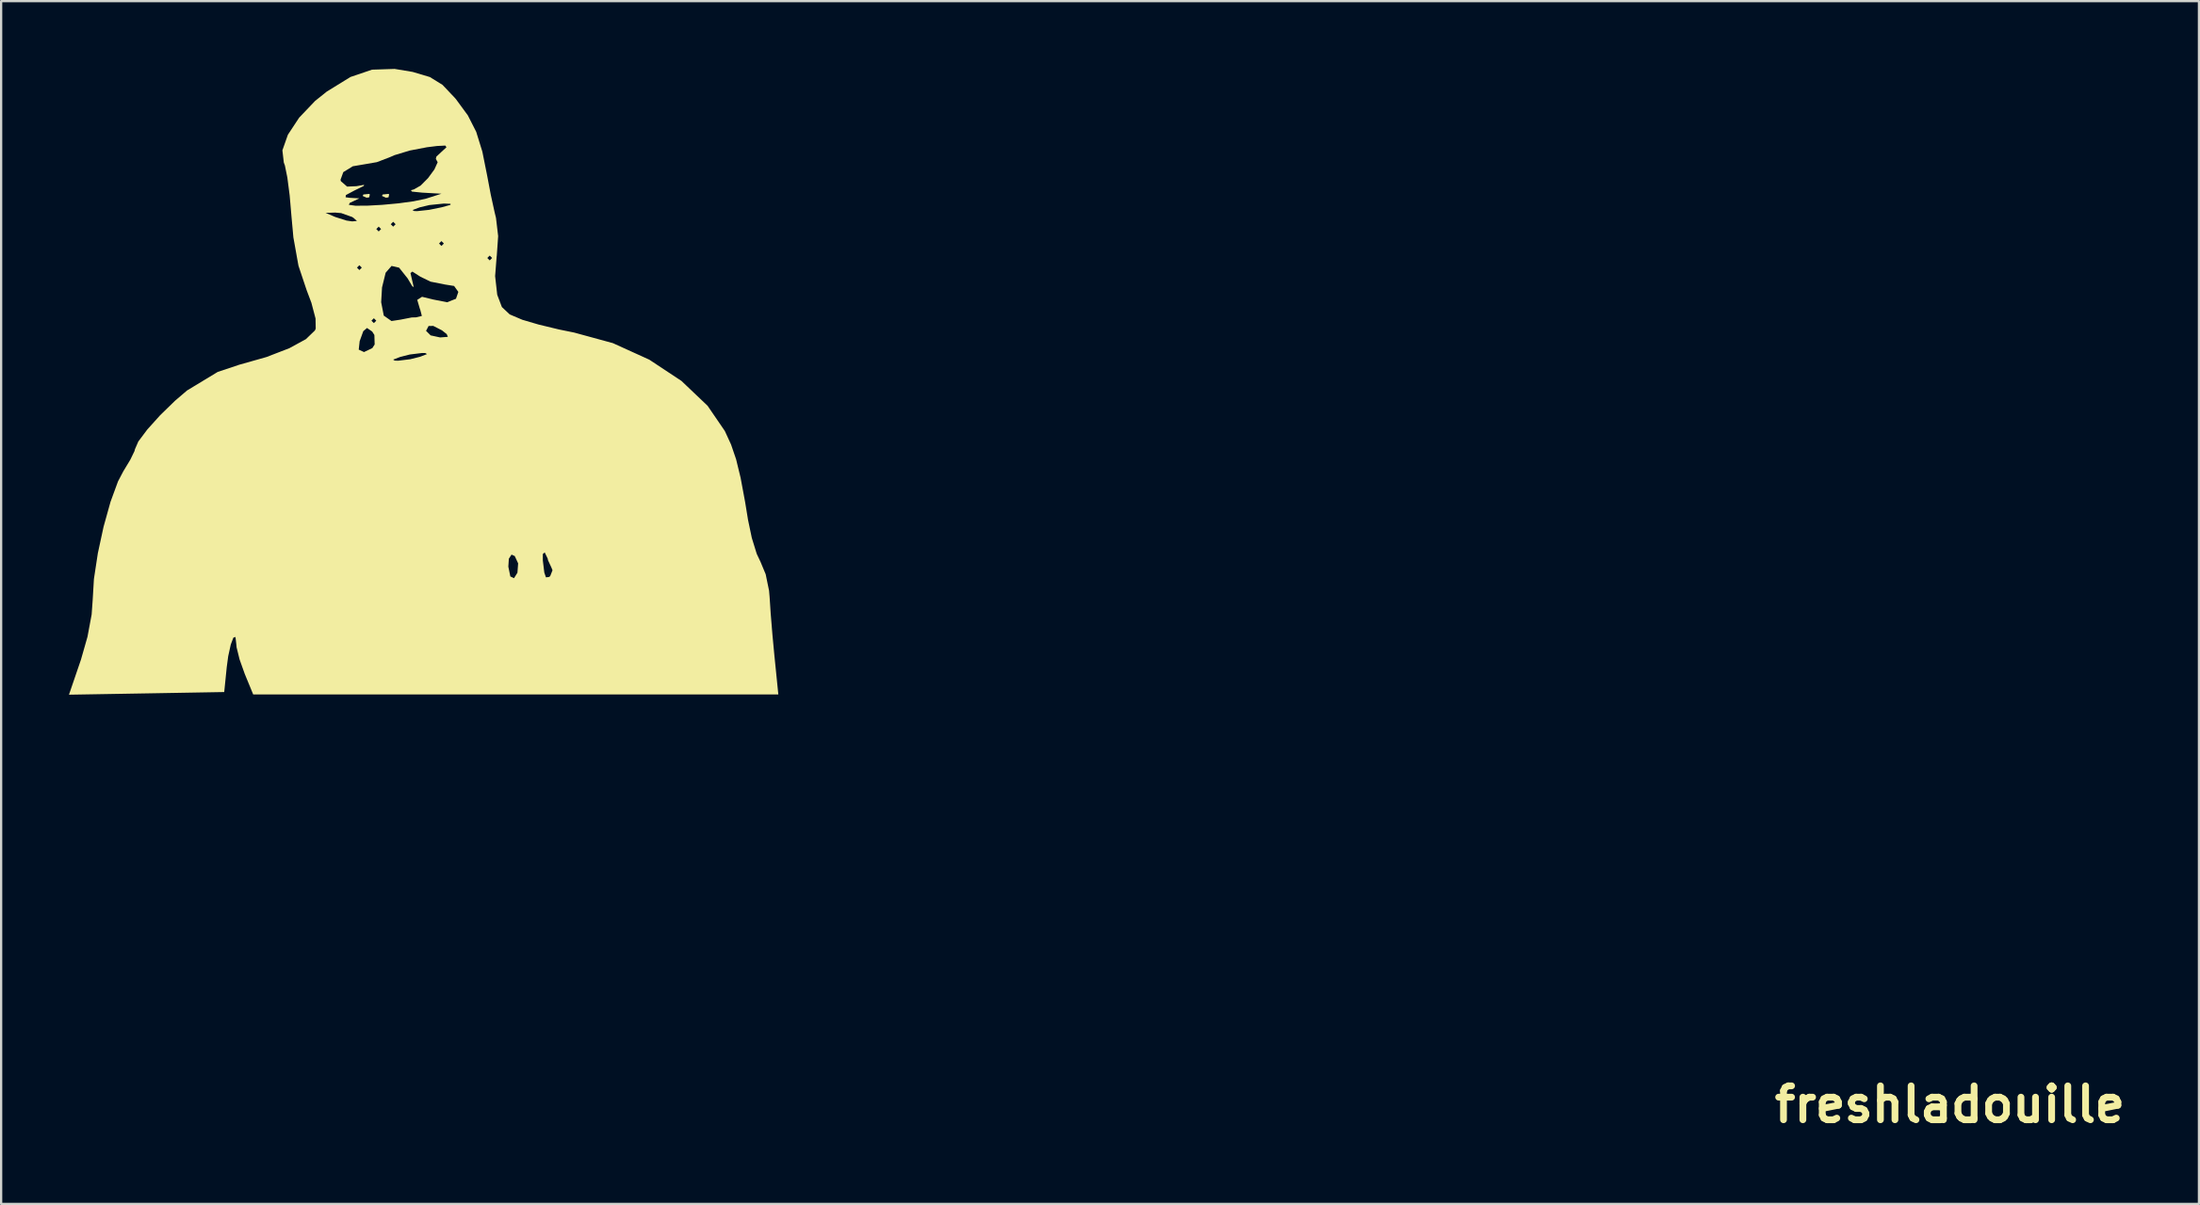
<source format=kicad_pcb>
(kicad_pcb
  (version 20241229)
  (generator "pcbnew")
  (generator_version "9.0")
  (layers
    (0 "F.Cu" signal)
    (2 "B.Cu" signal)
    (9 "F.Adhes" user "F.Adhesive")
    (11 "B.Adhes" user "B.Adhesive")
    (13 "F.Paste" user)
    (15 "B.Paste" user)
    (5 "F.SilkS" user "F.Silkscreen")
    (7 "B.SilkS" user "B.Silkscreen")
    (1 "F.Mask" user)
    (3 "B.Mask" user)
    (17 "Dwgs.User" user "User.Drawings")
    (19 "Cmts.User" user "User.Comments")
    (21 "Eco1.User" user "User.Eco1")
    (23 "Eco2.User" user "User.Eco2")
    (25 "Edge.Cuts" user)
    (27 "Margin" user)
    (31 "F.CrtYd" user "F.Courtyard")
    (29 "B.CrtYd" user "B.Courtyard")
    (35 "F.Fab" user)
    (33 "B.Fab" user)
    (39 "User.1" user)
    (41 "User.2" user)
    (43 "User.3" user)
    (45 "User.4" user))
  (footprint "freshladouille"
    (layer "F.Cu")
    (at 83.172 45.827)
    (property "Reference" "freshladouille" (at 0 0 0) (layer "F.SilkS") (effects (font (size 1.5 1.5) (thickness 0.3))))
    (attr board_only exclude_from_pos_files exclude_from_bom)
    (fp_poly (pts (xy -69.868 -40.27) (xy -69.897 -40.143) (xy -70.01 -40.128) (xy -70.186 -40.206) (xy -70.152 -40.27) (xy -69.899 -40.296)) (stroke (width 0) (type solid)) (fill yes) (layer "F.SilkS"))
    (fp_poly (pts (xy -69.014 -40.27) (xy -69.043 -40.143) (xy -69.156 -40.128) (xy -69.332 -40.206) (xy -69.299 -40.27) (xy -69.045 -40.296)) (stroke (width 0) (type solid)) (fill yes) (layer "F.SilkS"))
    (fp_poly (pts (xy -67.974 -45.694) (xy -67.215 -45.468) (xy -66.655 -45.122) (xy -66.096 -44.531) (xy -66.062 -44.491) (xy -65.535 -43.772) (xy -65.165 -43.045) (xy -64.893 -42.167) (xy -64.677 -41.088) (xy -64.522 -40.269) (xy -64.349 -39.477) (xy -64.29 -39.236) (xy -64.194 -38.427) (xy -64.255 -37.556) (xy -64.26 -37.528) (xy -64.328 -36.658) (xy -64.236 -35.841) (xy -64.231 -35.822) (xy -64.029 -35.289) (xy -63.684 -34.963) (xy -63.123 -34.725) (xy -62.409 -34.515) (xy -61.504 -34.296) (xy -60.832 -34.159) (xy -59.119 -33.691) (xy -57.511 -32.96) (xy -56.089 -32.019) (xy -54.934 -30.92) (xy -54.17 -29.802) (xy -53.896 -29.206) (xy -53.672 -28.551) (xy -53.474 -27.736) (xy -53.273 -26.657) (xy -53.145 -25.872) (xy -52.977 -25.069) (xy -52.76 -24.367) (xy -52.588 -24.002) (xy -52.364 -23.463) (xy -52.215 -22.737) (xy -52.191 -22.463) (xy -52.143 -21.731) (xy -52.065 -20.779) (xy -51.974 -19.811) (xy -51.972 -19.797) (xy -51.805 -18.143) (xy -63.415 -18.144) (xy -75.026 -18.144) (xy -75.4 -19.053) (xy -75.629 -19.696) (xy -75.761 -20.233) (xy -75.773 -20.368) (xy -75.81 -20.688) (xy -75.902 -20.658) (xy -76.018 -20.351) (xy -76.131 -19.834) (xy -76.195 -19.357) (xy -76.307 -18.25) (xy -79.739 -18.191) (xy -83.172 -18.133) (xy -82.642 -19.685) (xy -82.353 -20.697) (xy -82.17 -21.681) (xy -82.125 -22.305) (xy -82.069 -23.252) (xy -81.986 -23.799) (xy -63.744 -23.799) (xy -63.655 -23.366) (xy -63.493 -23.289) (xy -63.341 -23.532) (xy -63.311 -23.945) (xy -63.46 -24.268) (xy -63.602 -24.333) (xy -63.721 -24.151) (xy -63.744 -23.799) (xy -81.986 -23.799) (xy -81.901 -24.357) (xy -62.219 -24.357) (xy -62.218 -24.073) (xy -62.153 -23.537) (xy -62.081 -23.327) (xy -61.955 -23.34) (xy -61.896 -23.374) (xy -61.791 -23.639) (xy -61.839 -23.761) (xy -61.99 -24.084) (xy -62.003 -24.155) (xy -62.133 -24.424) (xy -62.137 -24.428) (xy -62.219 -24.357) (xy -81.901 -24.357) (xy -81.898 -24.381) (xy -81.643 -25.563) (xy -81.335 -26.669) (xy -81.005 -27.57) (xy -80.775 -28.01) (xy -80.459 -28.534) (xy -80.275 -28.915) (xy -80.255 -28.995) (xy -80.106 -29.338) (xy -79.708 -29.87) (xy -79.141 -30.5) (xy -78.483 -31.141) (xy -77.951 -31.596) (xy -76.594 -32.418) (xy -75.641 -32.736) (xy -74.841 -32.962) (xy -68.838 -32.962) (xy -68.763 -32.917) (xy -68.623 -32.913) (xy -68.081 -32.979) (xy -67.662 -33.084) (xy -67.34 -33.206) (xy -67.415 -33.252) (xy -67.555 -33.255) (xy -68.097 -33.189) (xy -68.516 -33.084) (xy -68.838 -32.962) (xy -74.841 -32.962) (xy -74.437 -33.077) (xy -73.591 -33.404) (xy -70.359 -33.404) (xy -70.127 -33.297) (xy -70.124 -33.297) (xy -69.759 -33.471) (xy -69.655 -33.632) (xy -69.667 -34.051) (xy -69.765 -34.205) (xy -69.81 -34.236) (xy -67.382 -34.236) (xy -67.179 -34.034) (xy -66.762 -33.944) (xy -66.742 -33.945) (xy -66.418 -33.97) (xy -66.469 -34.092) (xy -66.68 -34.258) (xy -67.062 -34.453) (xy -67.27 -34.45) (xy -67.382 -34.236) (xy -69.81 -34.236) (xy -69.993 -34.362) (xy -70.158 -34.22) (xy -70.318 -33.778) (xy -70.359 -33.404) (xy -73.591 -33.404) (xy -73.432 -33.465) (xy -72.696 -33.867) (xy -72.298 -34.251) (xy -72.261 -34.333) (xy -72.268 -34.685) (xy -69.797 -34.685) (xy -69.69 -34.578) (xy -69.583 -34.685) (xy -69.69 -34.792) (xy -69.797 -34.685) (xy -72.268 -34.685) (xy -72.269 -34.781) (xy -72.453 -35.48) (xy -72.462 -35.503) (xy -69.367 -35.503) (xy -69.252 -34.91) (xy -68.911 -34.67) (xy -68.516 -34.73) (xy -68.015 -34.828) (xy -67.822 -34.833) (xy -67.568 -34.895) (xy -67.641 -35.178) (xy -67.654 -35.204) (xy -67.772 -35.606) (xy -67.56 -35.742) (xy -67.07 -35.623) (xy -66.451 -35.5) (xy -66.059 -35.655) (xy -65.955 -35.959) (xy -66.142 -36.221) (xy -66.547 -36.286) (xy -67.182 -36.412) (xy -67.638 -36.634) (xy -67.986 -36.858) (xy -68.071 -36.793) (xy -67.998 -36.474) (xy -67.927 -36.17) (xy -67.995 -36.215) (xy -68.195 -36.553) (xy -68.574 -37.031) (xy -68.908 -37.108) (xy -69.169 -36.807) (xy -69.329 -36.155) (xy -69.367 -35.503) (xy -72.462 -35.503) (xy -72.664 -36.039) (xy -72.996 -37.033) (xy -70.437 -37.033) (xy -70.33 -36.926) (xy -70.224 -37.033) (xy -70.33 -37.139) (xy -70.437 -37.033) (xy -72.996 -37.033) (xy -73.024 -37.118) (xy -73.086 -37.46) (xy -64.674 -37.46) (xy -64.567 -37.353) (xy -64.461 -37.46) (xy -64.567 -37.566) (xy -64.674 -37.46) (xy -73.086 -37.46) (xy -73.2 -38.1) (xy -66.808 -38.1) (xy -66.702 -37.993) (xy -66.595 -38.1) (xy -66.702 -38.207) (xy -66.808 -38.1) (xy -73.2 -38.1) (xy -73.249 -38.371) (xy -73.282 -38.74) (xy -69.583 -38.74) (xy -69.476 -38.634) (xy -69.37 -38.74) (xy -69.476 -38.847) (xy -69.583 -38.74) (xy -73.282 -38.74) (xy -73.302 -38.954) (xy -68.943 -38.954) (xy -68.836 -38.847) (xy -68.729 -38.954) (xy -68.836 -39.061) (xy -68.943 -38.954) (xy -73.302 -38.954) (xy -73.334 -39.307) (xy -73.347 -39.457) (xy -71.824 -39.457) (xy -71.397 -39.274) (xy -70.899 -39.116) (xy -70.65 -39.079) (xy -70.438 -39.098) (xy -70.596 -39.239) (xy -70.65 -39.274) (xy -71.135 -39.446) (xy -71.397 -39.469) (xy -71.824 -39.457) (xy -73.347 -39.457) (xy -73.357 -39.58) (xy -67.982 -39.58) (xy -67.904 -39.536) (xy -67.769 -39.534) (xy -67.248 -39.59) (xy -66.702 -39.701) (xy -66.302 -39.812) (xy -66.299 -39.858) (xy -66.595 -39.868) (xy -67.237 -39.802) (xy -67.662 -39.701) (xy -67.982 -39.58) (xy -73.357 -39.58) (xy -73.413 -40.227) (xy -73.503 -40.92) (xy -71.165 -40.92) (xy -71.147 -40.856) (xy -70.873 -40.619) (xy -70.461 -40.637) (xy -70.12 -40.697) (xy -70.14 -40.647) (xy -70.533 -40.454) (xy -70.544 -40.449) (xy -70.928 -40.244) (xy -70.94 -40.147) (xy -70.757 -40.122) (xy -70.33 -40.098) (xy -70.757 -39.897) (xy -70.796 -39.812) (xy -70.505 -39.773) (xy -69.98 -39.775) (xy -69.314 -39.812) (xy -68.603 -39.878) (xy -67.94 -39.968) (xy -67.419 -40.076) (xy -67.342 -40.099) (xy -66.702 -40.304) (xy -67.555 -40.352) (xy -68.003 -40.398) (xy -68.052 -40.459) (xy -67.927 -40.492) (xy -67.625 -40.662) (xy -67.293 -40.996) (xy -67.013 -41.379) (xy -66.869 -41.697) (xy -66.943 -41.835) (xy -66.95 -41.835) (xy -66.927 -41.945) (xy -66.689 -42.168) (xy -66.481 -42.358) (xy -66.528 -42.435) (xy -66.894 -42.416) (xy -67.339 -42.361) (xy -68.098 -42.216) (xy -68.774 -42.012) (xy -68.983 -41.921) (xy -69.557 -41.701) (xy -70.014 -41.622) (xy -70.62 -41.519) (xy -71.041 -41.26) (xy -71.165 -40.92) (xy -73.503 -40.92) (xy -73.515 -41.015) (xy -73.624 -41.552) (xy -73.672 -41.684) (xy -73.735 -42.224) (xy -73.492 -42.914) (xy -72.993 -43.671) (xy -72.288 -44.411) (xy -71.775 -44.822) (xy -70.725 -45.47) (xy -69.771 -45.794) (xy -68.772 -45.827)) (stroke (width 0) (type solid)) (fill yes) (layer "F.SilkS")))
  (gr_rect
    (start -3 -3)
    (end 94.186 50.231)
    (stroke (width 0.1) (type default))
    (fill no)
    (layer "Edge.Cuts")))
</source>
